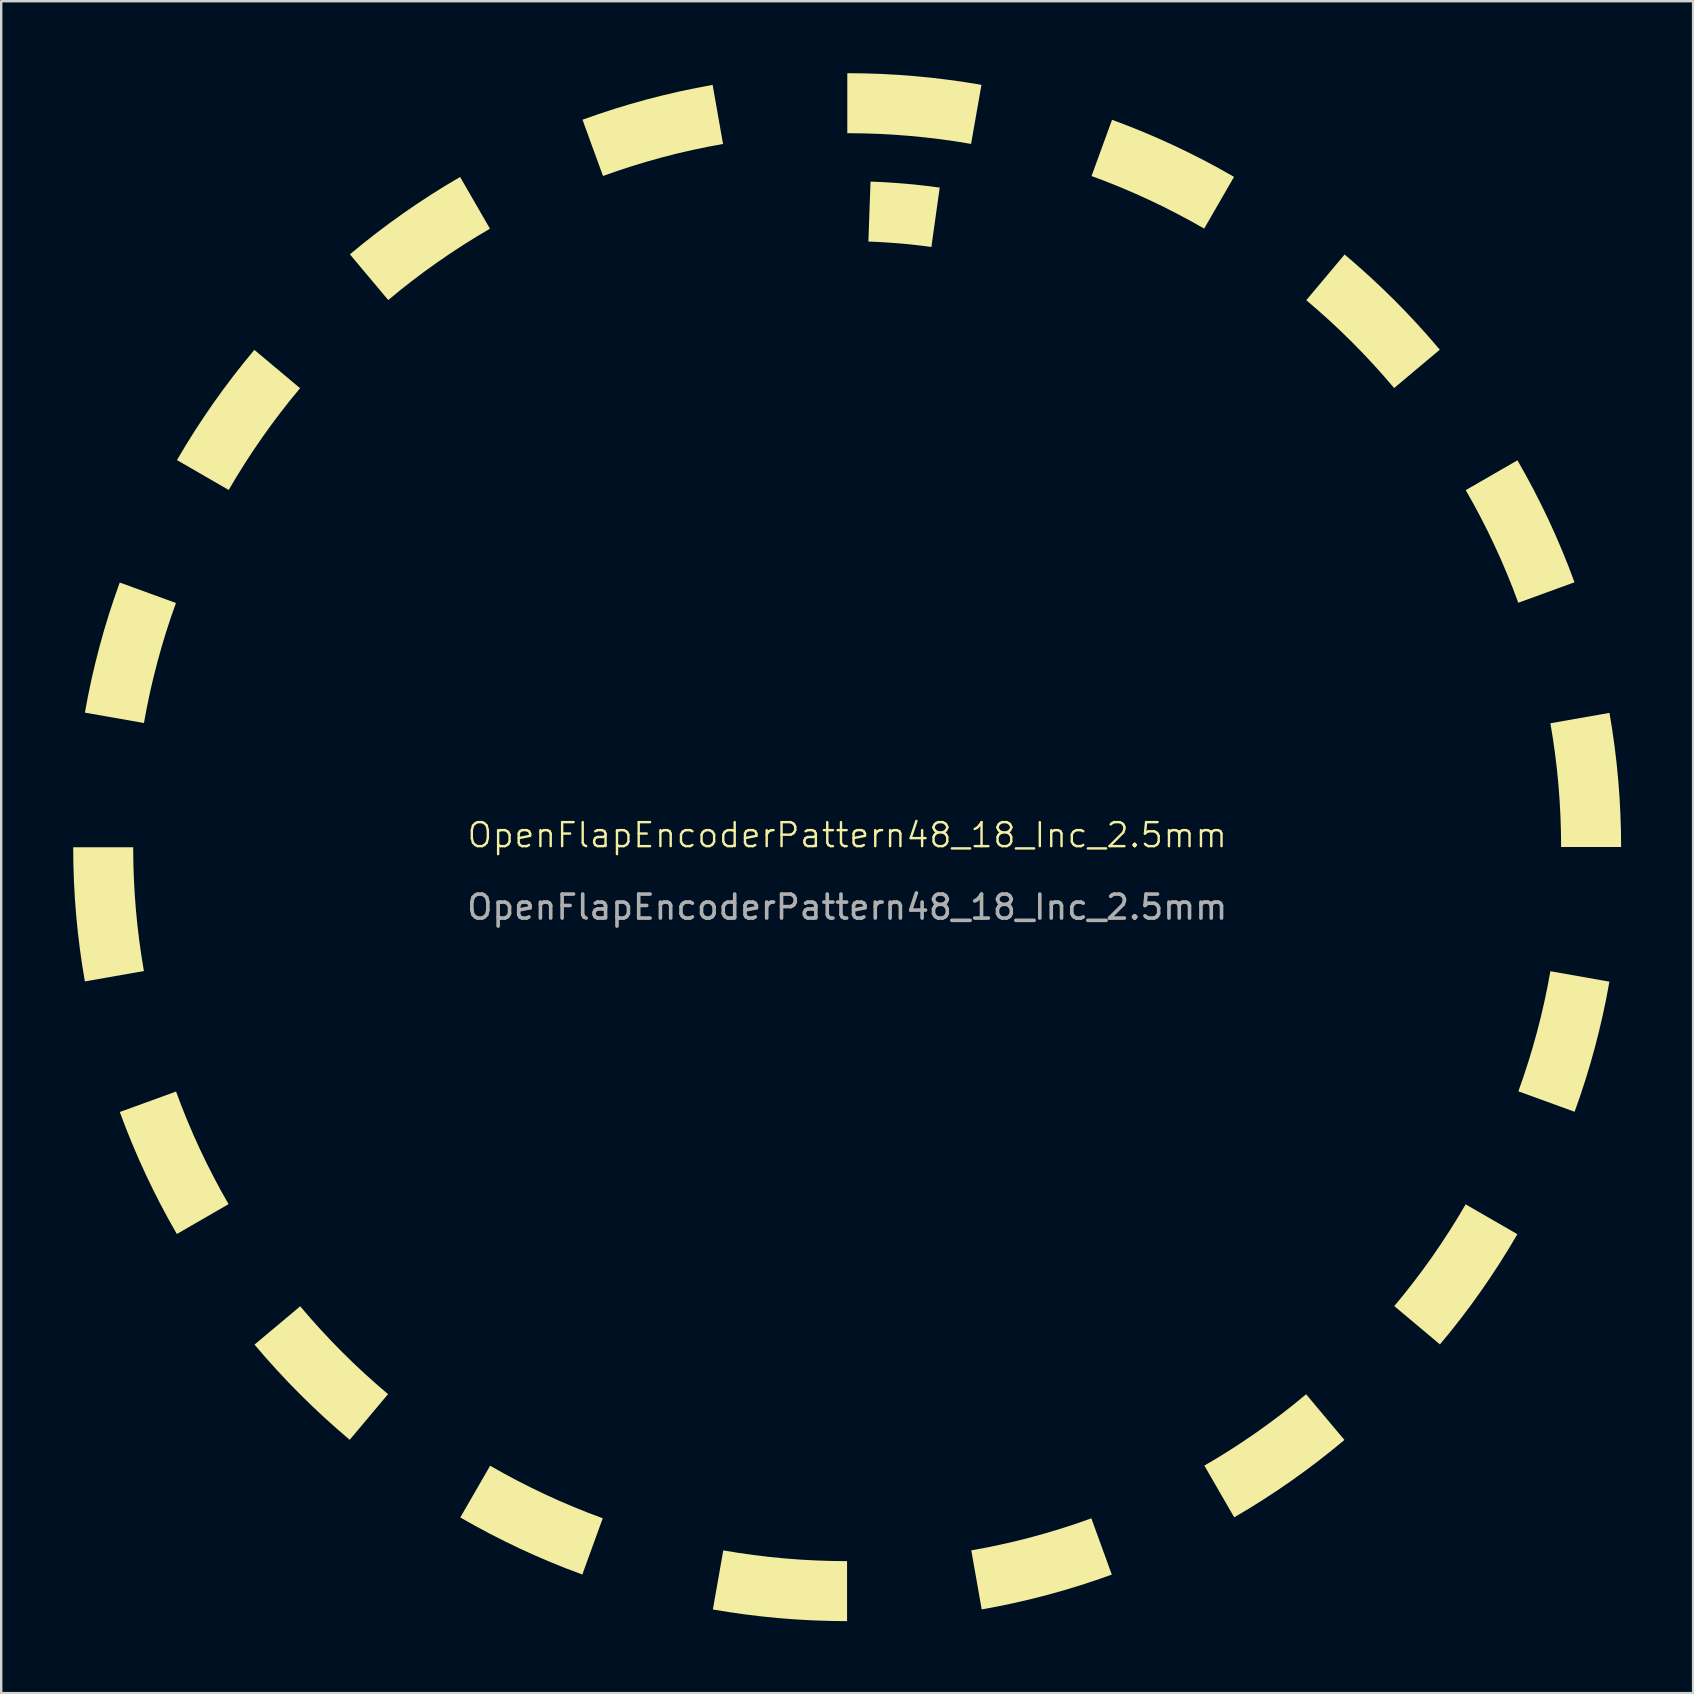
<source format=kicad_pcb>
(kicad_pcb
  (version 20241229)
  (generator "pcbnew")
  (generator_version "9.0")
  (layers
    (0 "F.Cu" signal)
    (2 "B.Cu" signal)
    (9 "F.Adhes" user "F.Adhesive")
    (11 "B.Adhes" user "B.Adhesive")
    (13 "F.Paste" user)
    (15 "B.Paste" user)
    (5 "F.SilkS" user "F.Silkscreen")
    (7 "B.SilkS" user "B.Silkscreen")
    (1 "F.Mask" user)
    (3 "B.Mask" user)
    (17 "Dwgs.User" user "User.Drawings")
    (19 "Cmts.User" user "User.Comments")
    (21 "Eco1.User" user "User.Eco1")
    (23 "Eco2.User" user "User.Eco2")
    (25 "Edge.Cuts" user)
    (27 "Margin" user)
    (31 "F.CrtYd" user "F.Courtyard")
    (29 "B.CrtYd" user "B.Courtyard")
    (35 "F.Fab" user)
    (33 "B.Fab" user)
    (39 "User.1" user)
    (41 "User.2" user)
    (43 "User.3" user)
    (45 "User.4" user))
  (footprint "OpenFlapEncoderPattern48_18_Inc_2.5mm"
    (layer "F.Cu")
    (at 32.254 32.249)
    (property "Reference" "OpenFlapEncoderPattern48_18_Inc_2.5mm" (at 0 -0.5 0) (unlocked yes) (layer "F.SilkS") (effects (font (size 1 1) (thickness 0.1))))
    (fp_poly (pts (xy -29.747 0.663) (xy -29.725 1.317) (xy -29.69 1.968) (xy -29.641 2.615) (xy -29.578 3.258) (xy -29.501 3.897) (xy -29.411 4.531) (xy -29.308 5.162) (xy -31.768 5.595) (xy -31.88 4.912) (xy -31.978 4.224) (xy -32.062 3.531) (xy -32.13 2.834) (xy -32.184 2.133) (xy -32.223 1.427) (xy -32.246 0.718) (xy -32.254 0.005) (xy -29.754 0.005)) (stroke (width -0.000001) (type solid)) (fill yes) (layer "F.SilkS"))
    (fp_poly (pts (xy -27.972 -10.173) (xy -28.185 -9.568) (xy -28.385 -8.956) (xy -28.571 -8.339) (xy -28.745 -7.716) (xy -28.905 -7.088) (xy -29.053 -6.454) (xy -29.186 -5.815) (xy -29.306 -5.172) (xy -31.766 -5.605) (xy -31.636 -6.303) (xy -31.491 -6.995) (xy -31.33 -7.681) (xy -31.156 -8.362) (xy -30.967 -9.038) (xy -30.764 -9.707) (xy -30.546 -10.37) (xy -30.315 -11.026)) (stroke (width -0.000001) (type solid)) (fill yes) (layer "F.SilkS"))
    (fp_poly (pts (xy -27.739 10.794) (xy -27.497 11.398) (xy -27.242 11.995) (xy -26.974 12.586) (xy -26.694 13.169) (xy -26.401 13.746) (xy -26.097 14.315) (xy -25.78 14.876) (xy -27.935 16.12) (xy -28.279 15.512) (xy -28.609 14.895) (xy -28.927 14.27) (xy -29.231 13.638) (xy -29.522 12.999) (xy -29.799 12.352) (xy -30.063 11.697) (xy -30.312 11.036) (xy -27.969 10.184)) (stroke (width -0.000001) (type solid)) (fill yes) (layer "F.SilkS"))
    (fp_poly (pts (xy -22.801 -19.123) (xy -23.212 -18.623) (xy -23.612 -18.114) (xy -24 -17.597) (xy -24.378 -17.071) (xy -24.745 -16.536) (xy -25.1 -15.993) (xy -25.443 -15.442) (xy -25.775 -14.883) (xy -27.93 -16.128) (xy -27.57 -16.733) (xy -27.198 -17.33) (xy -26.812 -17.918) (xy -26.415 -18.497) (xy -26.005 -19.067) (xy -25.584 -19.628) (xy -25.15 -20.179) (xy -24.705 -20.72)) (stroke (width -0.000001) (type solid)) (fill yes) (layer "F.SilkS"))
    (fp_poly (pts (xy -22.373 19.624) (xy -21.94 20.106) (xy -21.498 20.579) (xy -21.045 21.042) (xy -20.582 21.495) (xy -20.109 21.937) (xy -19.627 22.37) (xy -19.135 22.792) (xy -20.732 24.696) (xy -21.265 24.238) (xy -21.787 23.769) (xy -22.299 23.289) (xy -22.801 22.798) (xy -23.292 22.297) (xy -23.772 21.784) (xy -24.241 21.262) (xy -24.699 20.729) (xy -22.795 19.132)) (stroke (width -0.000001) (type solid)) (fill yes) (layer "F.SilkS"))
    (fp_poly (pts (xy -14.888 -25.77) (xy -15.447 -25.438) (xy -15.998 -25.095) (xy -16.541 -24.74) (xy -17.075 -24.374) (xy -17.601 -23.996) (xy -18.119 -23.607) (xy -18.627 -23.208) (xy -19.127 -22.797) (xy -20.724 -24.701) (xy -20.183 -25.146) (xy -19.632 -25.579) (xy -19.071 -26.001) (xy -18.501 -26.41) (xy -17.922 -26.808) (xy -17.334 -27.193) (xy -16.738 -27.566) (xy -16.132 -27.925)) (stroke (width -0.000001) (type solid)) (fill yes) (layer "F.SilkS"))
    (fp_poly (pts (xy -14.318 26.093) (xy -13.749 26.397) (xy -13.173 26.69) (xy -12.59 26.97) (xy -11.999 27.238) (xy -11.402 27.493) (xy -10.798 27.736) (xy -10.188 27.965) (xy -11.04 30.309) (xy -11.702 30.059) (xy -12.356 29.796) (xy -13.003 29.519) (xy -13.642 29.228) (xy -14.274 28.923) (xy -14.899 28.606) (xy -15.515 28.275) (xy -16.124 27.931) (xy -14.88 25.776)) (stroke (width -0.000001) (type solid)) (fill yes) (layer "F.SilkS"))
    (fp_poly (pts (xy -5.176 -29.301) (xy -5.82 -29.181) (xy -6.459 -29.048) (xy -7.093 -28.901) (xy -7.721 -28.74) (xy -8.344 -28.566) (xy -8.961 -28.379) (xy -9.573 -28.179) (xy -10.178 -27.967) (xy -11.032 -30.31) (xy -10.375 -30.541) (xy -9.712 -30.759) (xy -9.043 -30.962) (xy -8.368 -31.151) (xy -7.686 -31.326) (xy -7 -31.486) (xy -6.307 -31.631) (xy -5.61 -31.762)) (stroke (width -0.000001) (type solid)) (fill yes) (layer "F.SilkS"))
    (fp_poly (pts (xy -4.536 29.407) (xy -3.901 29.497) (xy -3.262 29.574) (xy -2.619 29.637) (xy -1.972 29.687) (xy -1.321 29.722) (xy -0.666 29.744) (xy -0.008 29.751) (xy -0.008 32.251) (xy -0.721 32.243) (xy -1.431 32.22) (xy -2.137 32.181) (xy -2.838 32.127) (xy -3.535 32.058) (xy -4.228 31.975) (xy -4.917 31.877) (xy -5.6 31.765) (xy -5.166 29.304)) (stroke (width -0.000001) (type solid)) (fill yes) (layer "F.SilkS"))
    (fp_poly (pts (xy 0.715 -32.241) (xy 1.424 -32.218) (xy 2.13 -32.179) (xy 2.831 -32.125) (xy 3.528 -32.057) (xy 4.221 -31.973) (xy 4.909 -31.876) (xy 5.592 -31.763) (xy 5.159 -29.302) (xy 4.528 -29.406) (xy 3.894 -29.496) (xy 3.255 -29.572) (xy 2.612 -29.635) (xy 1.965 -29.685) (xy 1.314 -29.721) (xy 0.66 -29.742) (xy 0.002 -29.749) (xy 0.002 -32.249)) (stroke (width -0.000001) (type solid)) (fill yes) (layer "F.SilkS"))
    (fp_poly (pts (xy 11.023 30.312) (xy 10.367 30.543) (xy 9.704 30.76) (xy 9.035 30.964) (xy 8.36 31.153) (xy 7.679 31.327) (xy 6.992 31.487) (xy 6.3 31.633) (xy 5.602 31.763) (xy 5.168 29.303) (xy 5.812 29.183) (xy 6.451 29.049) (xy 7.085 28.902) (xy 7.713 28.742) (xy 8.336 28.568) (xy 8.953 28.381) (xy 9.565 28.181) (xy 10.171 27.968)) (stroke (width -0.000001) (type solid)) (fill yes) (layer "F.SilkS"))
    (fp_poly (pts (xy 11.694 -30.058) (xy 12.348 -29.794) (xy 12.995 -29.517) (xy 13.634 -29.226) (xy 14.266 -28.921) (xy 14.891 -28.604) (xy 15.507 -28.273) (xy 16.116 -27.929) (xy 14.872 -25.774) (xy 14.31 -26.091) (xy 13.741 -26.395) (xy 13.165 -26.688) (xy 12.581 -26.968) (xy 11.991 -27.236) (xy 11.394 -27.491) (xy 10.79 -27.734) (xy 10.179 -27.963) (xy 11.033 -30.307)) (stroke (width -0.000001) (type solid)) (fill yes) (layer "F.SilkS"))
    (fp_poly (pts (xy 20.717 24.702) (xy 20.175 25.146) (xy 19.624 25.58) (xy 19.064 26.001) (xy 18.494 26.411) (xy 17.915 26.808) (xy 17.327 27.193) (xy 16.73 27.566) (xy 16.124 27.926) (xy 14.88 25.771) (xy 15.439 25.44) (xy 15.991 25.096) (xy 16.533 24.741) (xy 17.068 24.375) (xy 17.594 23.997) (xy 18.111 23.608) (xy 18.62 23.209) (xy 19.119 22.798)) (stroke (width -0.000001) (type solid)) (fill yes) (layer "F.SilkS"))
    (fp_poly (pts (xy 21.257 -24.236) (xy 21.779 -23.767) (xy 22.291 -23.287) (xy 22.793 -22.797) (xy 23.284 -22.295) (xy 23.764 -21.783) (xy 24.233 -21.26) (xy 24.69 -20.728) (xy 22.787 -19.13) (xy 22.365 -19.622) (xy 21.932 -20.104) (xy 21.489 -20.577) (xy 21.036 -21.04) (xy 20.573 -21.493) (xy 20.101 -21.936) (xy 19.618 -22.368) (xy 19.127 -22.791) (xy 20.724 -24.694)) (stroke (width -0.000001) (type solid)) (fill yes) (layer "F.SilkS"))
    (fp_poly (pts (xy 27.922 16.128) (xy 27.562 16.734) (xy 27.189 17.331) (xy 26.804 17.919) (xy 26.407 18.498) (xy 25.997 19.068) (xy 25.576 19.628) (xy 25.142 20.179) (xy 24.697 20.721) (xy 22.794 19.124) (xy 23.205 18.624) (xy 23.604 18.115) (xy 23.993 17.598) (xy 24.371 17.072) (xy 24.737 16.537) (xy 25.092 15.995) (xy 25.436 15.444) (xy 25.767 14.885)) (stroke (width -0.000001) (type solid)) (fill yes) (layer "F.SilkS"))
    (fp_poly (pts (xy 28.269 -15.511) (xy 28.6 -14.894) (xy 28.917 -14.27) (xy 29.222 -13.638) (xy 29.513 -12.998) (xy 29.79 -12.351) (xy 30.054 -11.697) (xy 30.303 -11.036) (xy 27.96 -10.183) (xy 27.731 -10.794) (xy 27.488 -11.397) (xy 27.233 -11.995) (xy 26.965 -12.585) (xy 26.685 -13.169) (xy 26.392 -13.745) (xy 26.088 -14.314) (xy 25.771 -14.875) (xy 27.926 -16.119)) (stroke (width -0.000001) (type solid)) (fill yes) (layer "F.SilkS"))
    (fp_poly (pts (xy 31.758 5.605) (xy 31.628 6.303) (xy 31.482 6.995) (xy 31.322 7.682) (xy 31.148 8.363) (xy 30.959 9.038) (xy 30.755 9.708) (xy 30.538 10.371) (xy 30.307 11.027) (xy 27.964 10.175) (xy 28.176 9.569) (xy 28.376 8.957) (xy 28.563 8.34) (xy 28.737 7.717) (xy 28.898 7.088) (xy 29.045 6.454) (xy 29.178 5.815) (xy 29.298 5.171)) (stroke (width -0.000001) (type solid)) (fill yes) (layer "F.SilkS"))
    (fp_poly (pts (xy 31.872 -4.912) (xy 31.97 -4.224) (xy 32.053 -3.531) (xy 32.122 -2.834) (xy 32.176 -2.133) (xy 32.214 -1.427) (xy 32.238 -0.718) (xy 32.246 -0.005) (xy 29.746 -0.005) (xy 29.738 -0.663) (xy 29.717 -1.317) (xy 29.681 -1.968) (xy 29.632 -2.615) (xy 29.569 -3.258) (xy 29.492 -3.897) (xy 29.402 -4.531) (xy 29.299 -5.162) (xy 31.76 -5.595)) (stroke (width -0.000001) (type solid)) (fill yes) (layer "F.SilkS"))
    (fp_poly (pts (xy 0.969 -27.732) (xy 1.334 -27.717) (xy 1.698 -27.697) (xy 2.06 -27.673) (xy 2.421 -27.644) (xy 2.781 -27.611) (xy 3.14 -27.572) (xy 3.497 -27.53) (xy 3.853 -27.482) (xy 3.505 -25.008) (xy 3.182 -25.05) (xy 2.857 -25.089) (xy 2.53 -25.124) (xy 2.203 -25.154) (xy 1.874 -25.18) (xy 1.544 -25.202) (xy 1.213 -25.22) (xy 0.881 -25.234) (xy 0.969 -27.732)) (stroke (width -0.000001) (type solid)) (fill yes) (layer "F.SilkS"))
    (fp_text user "${REFERENCE}" (at 0 2.5 0) (unlocked yes) (layer "F.Fab") (effects (font (size 1 1) (thickness 0.15)))))
  (gr_rect
    (start -3 -3)
    (end 67.5 67.5)
    (stroke (width 0.1) (type default))
    (fill no)
    (layer "Edge.Cuts")))
</source>
